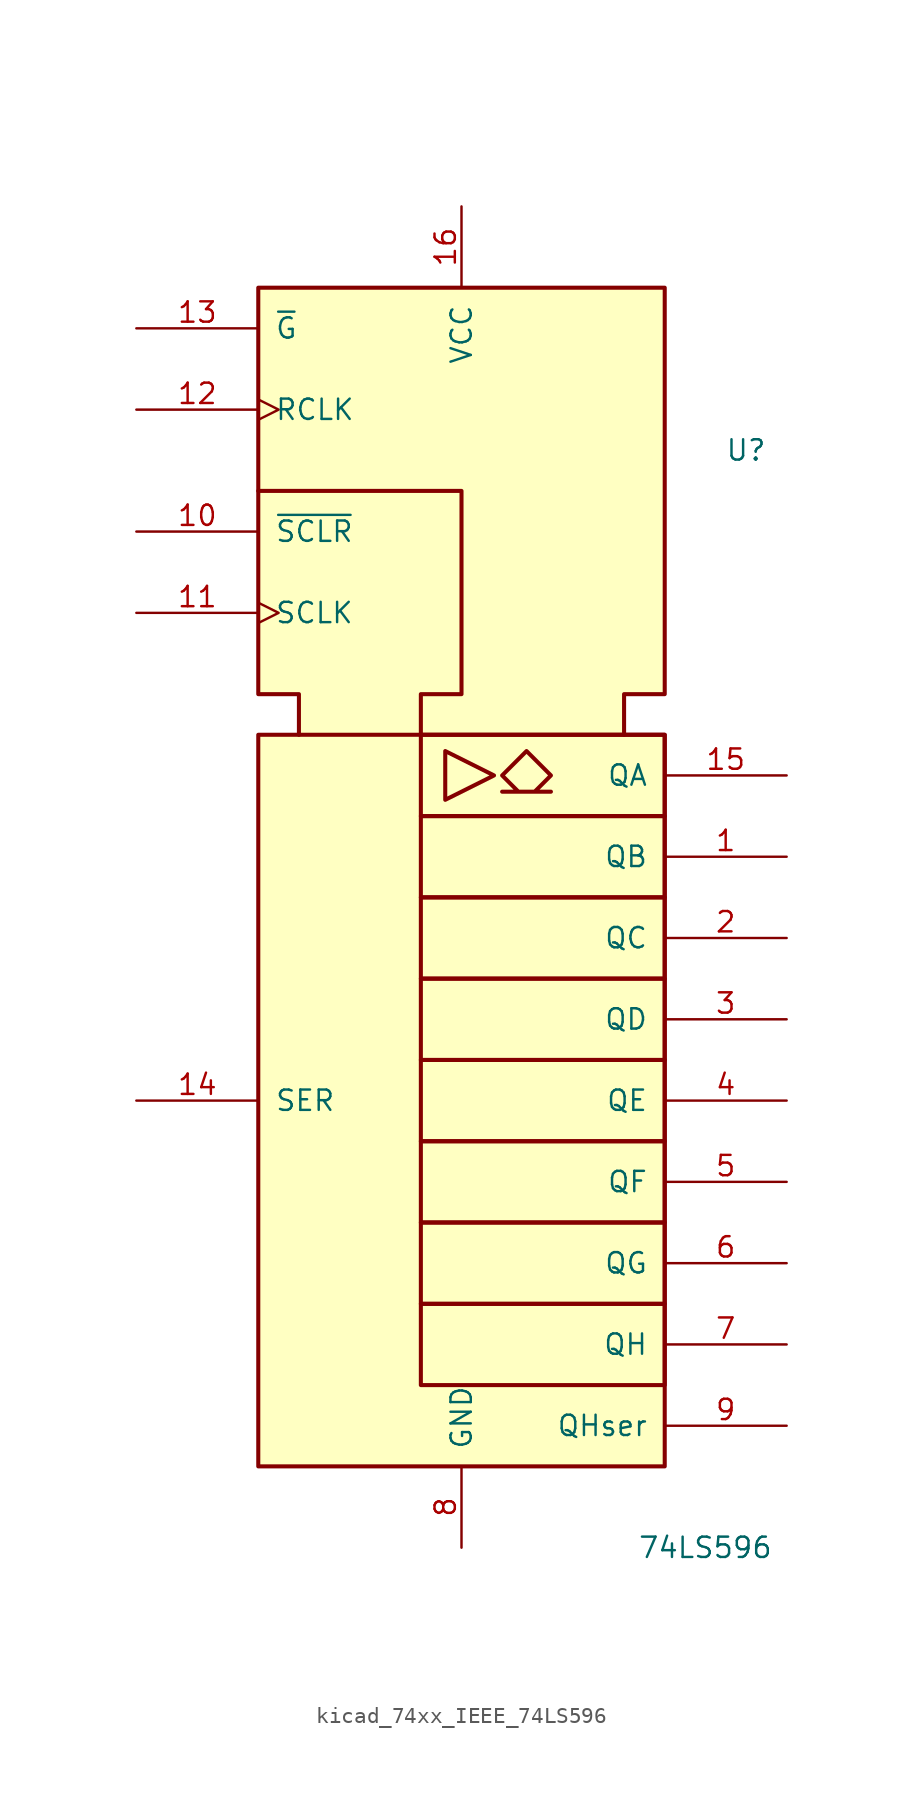
<source format=kicad_sym>
(kicad_symbol_lib
  (version 20220914)
  (generator kicad_symbol_editor)
  (symbol "kicad_74xx_IEEE_74LS596"
    (pin_names
      (offset 1.016))
    (property "Reference" "U"
      (at 17.78 20.32 0)
      (effects (font (size 1.27 1.27))))
    (property "Value" "74LS596"
      (at 15.24 -48.26 0)
      (effects (font (size 1.27 1.27))))
    (symbol "kicad_74xx_IEEE_74LS596_0_0"
      (rectangle (start -12.7 2.54) (end 12.7 -43.18) (stroke (width 0.254) (type default)) (fill (type background)))
      (polyline (pts (xy -1.016 1.524) (xy -1.016 -1.524) (xy 2.032 0) (xy -1.016 1.524) (xy -1.016 1.524)) (stroke (width 0.254) (type default)) (fill (type background)))
      (polyline (pts (xy -12.7 17.78) (xy 0 17.78) (xy 0 5.08) (xy -2.54 5.08) (xy -2.54 2.54) (xy -2.54 2.54)) (stroke (width 0.254) (type default)) (fill (type background)))
      (polyline (pts (xy -10.16 2.54) (xy -10.16 5.08) (xy -12.7 5.08) (xy -12.7 30.48) (xy 12.7 30.48) (xy 12.7 5.08) (xy 10.16 5.08) (xy 10.16 2.54) (xy 10.16 2.54)) (stroke (width 0.254) (type default)) (fill (type background)))
      (polyline (pts (xy 4.064 1.524) (xy 5.588 0) (xy 4.572 -1.016) (xy 5.588 -1.016) (xy 2.54 -1.016) (xy 3.556 -1.016) (xy 2.54 0) (xy 4.064 1.524) (xy 4.064 1.524)) (stroke (width 0.254) (type default)) (fill (type background))))
    (symbol "kicad_74xx_IEEE_74LS596_0_1"
      (rectangle (start -2.54 -33.02) (end 12.7 -38.1) (stroke (width 0.254) (type default)) (fill (type background)))
      (rectangle (start -2.54 -27.94) (end 12.7 -33.02) (stroke (width 0.254) (type default)) (fill (type background)))
      (rectangle (start -2.54 -22.86) (end 12.7 -27.94) (stroke (width 0.254) (type default)) (fill (type background)))
      (rectangle (start -2.54 -17.78) (end 12.7 -22.86) (stroke (width 0.254) (type default)) (fill (type background)))
      (rectangle (start -2.54 -12.7) (end 12.7 -17.78) (stroke (width 0.254) (type default)) (fill (type background)))
      (rectangle (start -2.54 -7.62) (end 12.7 -12.7) (stroke (width 0.254) (type default)) (fill (type background)))
      (rectangle (start -2.54 -2.54) (end 12.7 -7.62) (stroke (width 0.254) (type default)) (fill (type background)))
      (rectangle (start -2.54 2.54) (end 12.7 -2.54) (stroke (width 0.254) (type default)) (fill (type background)))
      (pin power_in line (at 0 -48.26 90) (length 5.08) (name "GND" (effects (font (size 1.27 1.27)))) (number "8" (effects (font (size 1.27 1.27))))))
    (symbol "kicad_74xx_IEEE_74LS596_1_1"
      (pin tri_state line (at 20.32 -5.08 180) (length 7.62) (name "QB" (effects (font (size 1.27 1.27)))) (number "1" (effects (font (size 1.27 1.27)))))
      (pin input line (at -20.32 15.24 0) (length 7.62) (name "~{SCLR}" (effects (font (size 1.27 1.27)))) (number "10" (effects (font (size 1.27 1.27)))))
      (pin input clock (at -20.32 10.16 0) (length 7.62) (name "SCLK" (effects (font (size 1.27 1.27)))) (number "11" (effects (font (size 1.27 1.27)))))
      (pin input clock (at -20.32 22.86 0) (length 7.62) (name "RCLK" (effects (font (size 1.27 1.27)))) (number "12" (effects (font (size 1.27 1.27)))))
      (pin input line (at -20.32 27.94 0) (length 7.62) (name "~{G}" (effects (font (size 1.27 1.27)))) (number "13" (effects (font (size 1.27 1.27)))))
      (pin input line (at -20.32 -20.32 0) (length 7.62) (name "SER" (effects (font (size 1.27 1.27)))) (number "14" (effects (font (size 1.27 1.27)))))
      (pin tri_state line (at 20.32 0 180) (length 7.62) (name "QA" (effects (font (size 1.27 1.27)))) (number "15" (effects (font (size 1.27 1.27)))))
      (pin power_in line (at 0 35.56 270) (length 5.08) (name "VCC" (effects (font (size 1.27 1.27)))) (number "16" (effects (font (size 1.27 1.27)))))
      (pin tri_state line (at 20.32 -10.16 180) (length 7.62) (name "QC" (effects (font (size 1.27 1.27)))) (number "2" (effects (font (size 1.27 1.27)))))
      (pin tri_state line (at 20.32 -15.24 180) (length 7.62) (name "QD" (effects (font (size 1.27 1.27)))) (number "3" (effects (font (size 1.27 1.27)))))
      (pin tri_state line (at 20.32 -20.32 180) (length 7.62) (name "QE" (effects (font (size 1.27 1.27)))) (number "4" (effects (font (size 1.27 1.27)))))
      (pin tri_state line (at 20.32 -25.4 180) (length 7.62) (name "QF" (effects (font (size 1.27 1.27)))) (number "5" (effects (font (size 1.27 1.27)))))
      (pin tri_state line (at 20.32 -30.48 180) (length 7.62) (name "QG" (effects (font (size 1.27 1.27)))) (number "6" (effects (font (size 1.27 1.27)))))
      (pin tri_state line (at 20.32 -35.56 180) (length 7.62) (name "QH" (effects (font (size 1.27 1.27)))) (number "7" (effects (font (size 1.27 1.27)))))
      (pin output line (at 20.32 -40.64 180) (length 7.62) (name "QHser" (effects (font (size 1.27 1.27)))) (number "9" (effects (font (size 1.27 1.27))))))))
</source>
